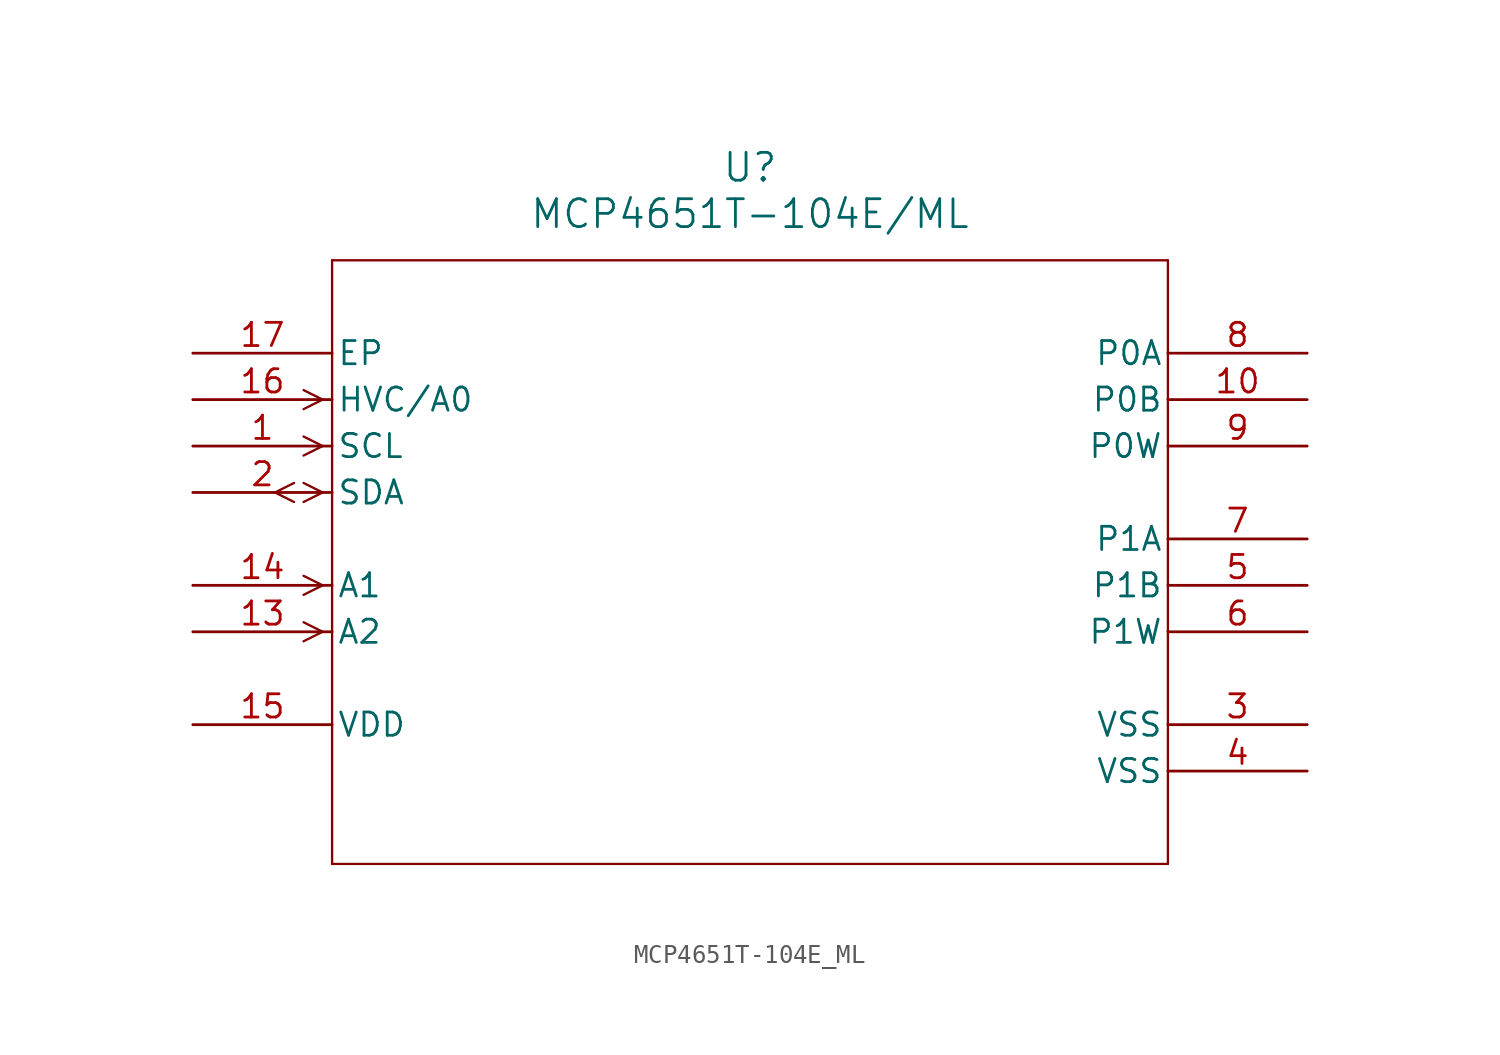
<source format=kicad_sym>
(kicad_symbol_lib
  (version 20211014)
  (generator kicad_symbol_editor)
  (symbol "MCP4651T-104E_ML"
    (pin_names
      (offset 0.254))
    (property "Reference" "U"
      (at 30.48 10.16 0)
      (effects (font (size 1.524 1.524))))
    (property "Value" "MCP4651T-104E/ML"
      (at 30.48 7.62 0)
      (effects (font (size 1.524 1.524))))
    (symbol "MCP4651T-104E_ML_0_1"
      (polyline (pts (xy 7.099 -2.54) (xy 6.058 -2.019)) (stroke (width 0.127) (type default) (color 0 0 0 0)) (fill (type none)))
      (polyline (pts (xy 7.099 -2.54) (xy 6.058 -3.061)) (stroke (width 0.127) (type default) (color 0 0 0 0)) (fill (type none)))
      (polyline (pts (xy 7.099 -5.08) (xy 6.058 -4.559)) (stroke (width 0.127) (type default) (color 0 0 0 0)) (fill (type none)))
      (polyline (pts (xy 7.099 -5.08) (xy 6.058 -5.601)) (stroke (width 0.127) (type default) (color 0 0 0 0)) (fill (type none)))
      (polyline (pts (xy 7.099 -7.62) (xy 6.058 -7.099)) (stroke (width 0.127) (type default) (color 0 0 0 0)) (fill (type none)))
      (polyline (pts (xy 7.099 -7.62) (xy 6.058 -8.141)) (stroke (width 0.127) (type default) (color 0 0 0 0)) (fill (type none)))
      (polyline (pts (xy 5.537 -7.099) (xy 4.496 -7.62)) (stroke (width 0.127) (type default) (color 0 0 0 0)) (fill (type none)))
      (polyline (pts (xy 5.537 -8.141) (xy 4.496 -7.62)) (stroke (width 0.127) (type default) (color 0 0 0 0)) (fill (type none)))
      (polyline (pts (xy 7.099 -12.7) (xy 6.058 -12.179)) (stroke (width 0.127) (type default) (color 0 0 0 0)) (fill (type none)))
      (polyline (pts (xy 7.099 -12.7) (xy 6.058 -13.221)) (stroke (width 0.127) (type default) (color 0 0 0 0)) (fill (type none)))
      (polyline (pts (xy 7.099 -15.24) (xy 6.058 -14.719)) (stroke (width 0.127) (type default) (color 0 0 0 0)) (fill (type none)))
      (polyline (pts (xy 7.099 -15.24) (xy 6.058 -15.761)) (stroke (width 0.127) (type default) (color 0 0 0 0)) (fill (type none)))
      (polyline (pts (xy 7.62 5.08) (xy 7.62 -27.94)) (stroke (width 0.127) (type default) (color 0 0 0 0)) (fill (type none)))
      (polyline (pts (xy 7.62 -27.94) (xy 53.34 -27.94)) (stroke (width 0.127) (type default) (color 0 0 0 0)) (fill (type none)))
      (polyline (pts (xy 53.34 -27.94) (xy 53.34 5.08)) (stroke (width 0.127) (type default) (color 0 0 0 0)) (fill (type none)))
      (polyline (pts (xy 53.34 5.08) (xy 7.62 5.08)) (stroke (width 0.127) (type default) (color 0 0 0 0)) (fill (type none)))
      (pin input line (at 0 -12.7 0) (length 7.62) (name "A1" (effects (font (size 1.27 1.27)))) (number "14" (effects (font (size 1.27 1.27)))))
      (pin input line (at 0 -15.24 0) (length 7.62) (name "A2" (effects (font (size 1.27 1.27)))) (number "13" (effects (font (size 1.27 1.27)))))
      (pin unspecified line (at 0 0 0) (length 7.62) (name "EP" (effects (font (size 1.27 1.27)))) (number "17" (effects (font (size 1.27 1.27)))))
      (pin input line (at 0 -2.54 0) (length 7.62) (name "HVC/A0" (effects (font (size 1.27 1.27)))) (number "16" (effects (font (size 1.27 1.27)))))
      (pin unspecified line (at 60.96 0 180) (length 7.62) (name "P0A" (effects (font (size 1.27 1.27)))) (number "8" (effects (font (size 1.27 1.27)))))
      (pin unspecified line (at 60.96 -2.54 180) (length 7.62) (name "P0B" (effects (font (size 1.27 1.27)))) (number "10" (effects (font (size 1.27 1.27)))))
      (pin unspecified line (at 60.96 -5.08 180) (length 7.62) (name "P0W" (effects (font (size 1.27 1.27)))) (number "9" (effects (font (size 1.27 1.27)))))
      (pin unspecified line (at 60.96 -10.16 180) (length 7.62) (name "P1A" (effects (font (size 1.27 1.27)))) (number "7" (effects (font (size 1.27 1.27)))))
      (pin unspecified line (at 60.96 -12.7 180) (length 7.62) (name "P1B" (effects (font (size 1.27 1.27)))) (number "5" (effects (font (size 1.27 1.27)))))
      (pin unspecified line (at 60.96 -15.24 180) (length 7.62) (name "P1W" (effects (font (size 1.27 1.27)))) (number "6" (effects (font (size 1.27 1.27)))))
      (pin input line (at 0 -5.08 0) (length 7.62) (name "SCL" (effects (font (size 1.27 1.27)))) (number "1" (effects (font (size 1.27 1.27)))))
      (pin bidirectional line (at 0 -7.62 0) (length 7.62) (name "SDA" (effects (font (size 1.27 1.27)))) (number "2" (effects (font (size 1.27 1.27)))))
      (pin power_in line (at 0 -20.32 0) (length 7.62) (name "VDD" (effects (font (size 1.27 1.27)))) (number "15" (effects (font (size 1.27 1.27)))))
      (pin power_in line (at 60.96 -20.32 180) (length 7.62) (name "VSS" (effects (font (size 1.27 1.27)))) (number "3" (effects (font (size 1.27 1.27)))))
      (pin power_in line (at 60.96 -22.86 180) (length 7.62) (name "VSS" (effects (font (size 1.27 1.27)))) (number "4" (effects (font (size 1.27 1.27))))))))
</source>
